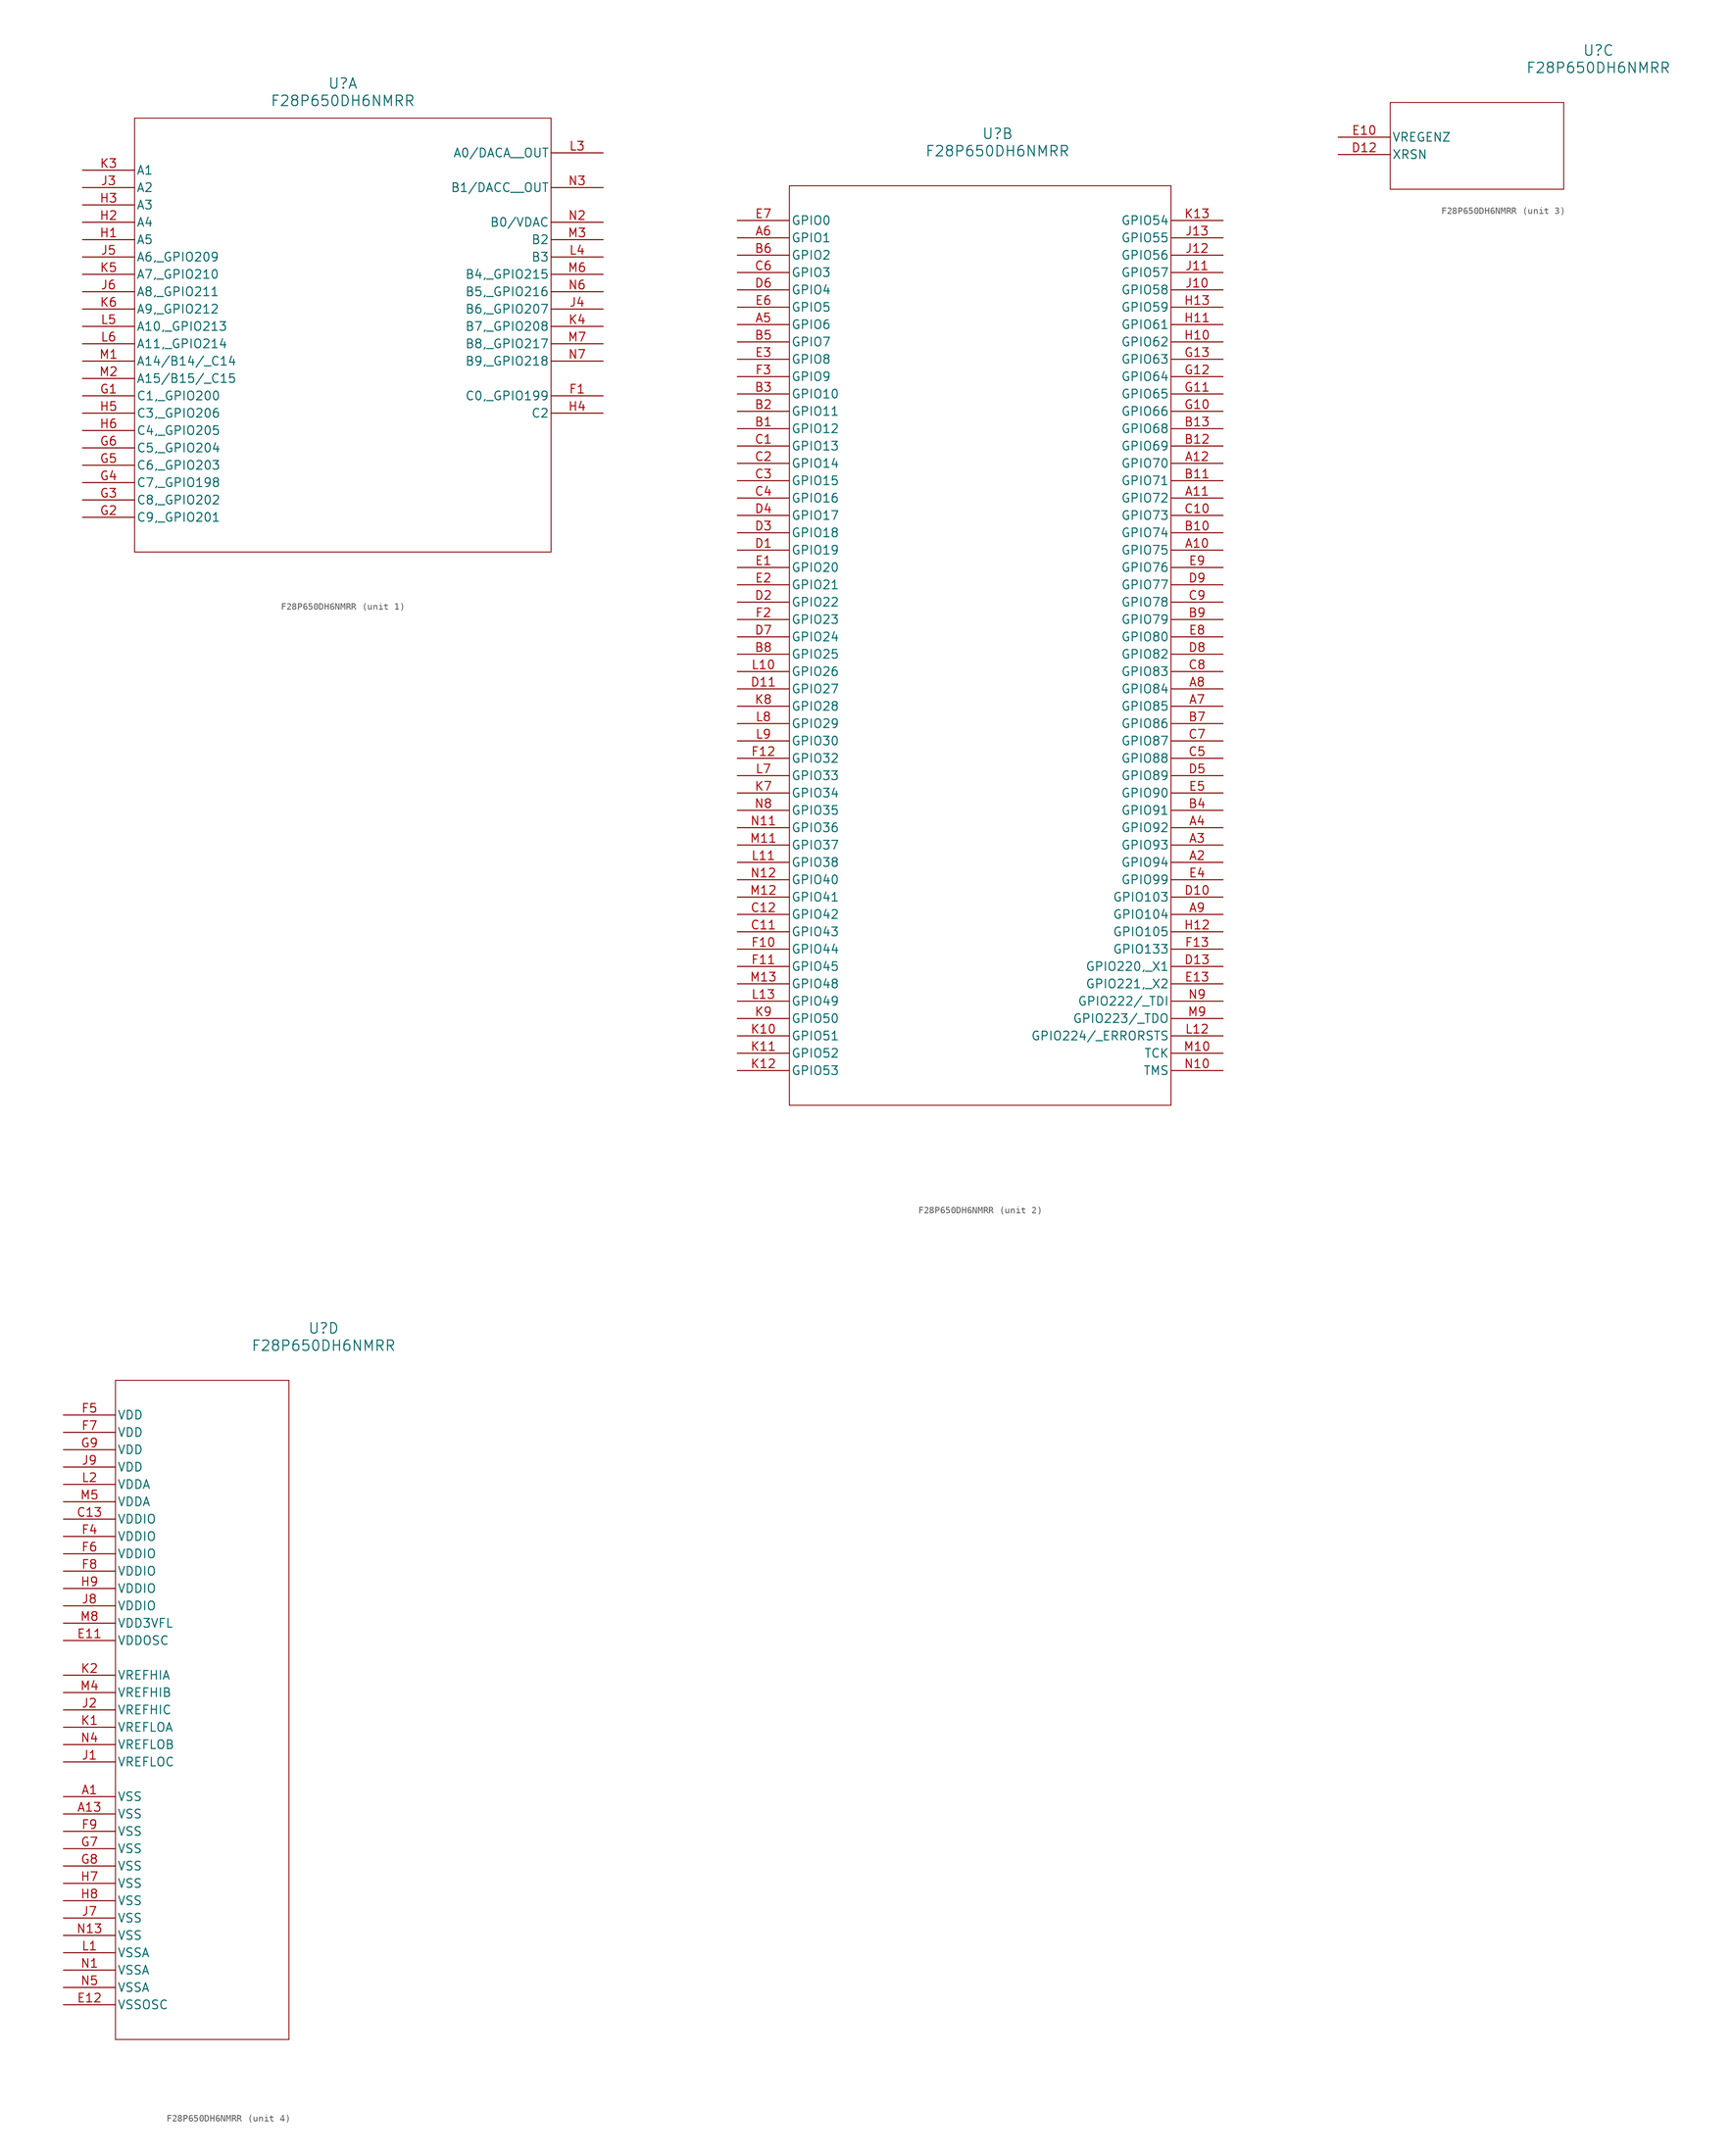
<source format=kicad_sym>
(kicad_symbol_lib
  (version 20241209)
  (generator "kicad_symbol_editor")
  (generator_version "9.0")
  (symbol "F28P650DH6NMRR"
    (pin_names
      (offset 0.254))
    (property "Reference" "U"
      (at 38.1 12.7 0)
      (effects (font (size 1.524 1.524))))
    (property "Value" "F28P650DH6NMRR"
      (at 38.1 10.16 0)
      (effects (font (size 1.524 1.524))))
    (property "ki_locked" ""
      (at 0 0 0)
      (effects (font (size 1.27 1.27))))
    (symbol "F28P650DH6NMRR_1_1"
      (polyline (pts (xy 7.62 7.62) (xy 7.62 -55.88)) (stroke (width 0.127) (type default)) (fill (type none)))
      (polyline (pts (xy 7.62 -55.88) (xy 68.58 -55.88)) (stroke (width 0.127) (type default)) (fill (type none)))
      (polyline (pts (xy 68.58 7.62) (xy 7.62 7.62)) (stroke (width 0.127) (type default)) (fill (type none)))
      (polyline (pts (xy 68.58 -55.88) (xy 68.58 7.62)) (stroke (width 0.127) (type default)) (fill (type none)))
      (pin bidirectional line (at 0 0 0) (length 7.62) (name "A1" (effects (font (size 1.27 1.27)))) (number "K3" (effects (font (size 1.27 1.27)))))
      (pin bidirectional line (at 0 -2.54 0) (length 7.62) (name "A2" (effects (font (size 1.27 1.27)))) (number "J3" (effects (font (size 1.27 1.27)))))
      (pin bidirectional line (at 0 -5.08 0) (length 7.62) (name "A3" (effects (font (size 1.27 1.27)))) (number "H3" (effects (font (size 1.27 1.27)))))
      (pin bidirectional line (at 0 -7.62 0) (length 7.62) (name "A4" (effects (font (size 1.27 1.27)))) (number "H2" (effects (font (size 1.27 1.27)))))
      (pin bidirectional line (at 0 -10.16 0) (length 7.62) (name "A5" (effects (font (size 1.27 1.27)))) (number "H1" (effects (font (size 1.27 1.27)))))
      (pin bidirectional line (at 0 -12.7 0) (length 7.62) (name "A6,_GPIO209" (effects (font (size 1.27 1.27)))) (number "J5" (effects (font (size 1.27 1.27)))))
      (pin bidirectional line (at 0 -15.24 0) (length 7.62) (name "A7,_GPIO210" (effects (font (size 1.27 1.27)))) (number "K5" (effects (font (size 1.27 1.27)))))
      (pin bidirectional line (at 0 -17.78 0) (length 7.62) (name "A8,_GPIO211" (effects (font (size 1.27 1.27)))) (number "J6" (effects (font (size 1.27 1.27)))))
      (pin bidirectional line (at 0 -20.32 0) (length 7.62) (name "A9,_GPIO212" (effects (font (size 1.27 1.27)))) (number "K6" (effects (font (size 1.27 1.27)))))
      (pin bidirectional line (at 0 -22.86 0) (length 7.62) (name "A10,_GPIO213" (effects (font (size 1.27 1.27)))) (number "L5" (effects (font (size 1.27 1.27)))))
      (pin bidirectional line (at 0 -25.4 0) (length 7.62) (name "A11,_GPIO214" (effects (font (size 1.27 1.27)))) (number "L6" (effects (font (size 1.27 1.27)))))
      (pin bidirectional line (at 0 -27.94 0) (length 7.62) (name "A14/B14/_C14" (effects (font (size 1.27 1.27)))) (number "M1" (effects (font (size 1.27 1.27)))))
      (pin bidirectional line (at 0 -30.48 0) (length 7.62) (name "A15/B15/_C15" (effects (font (size 1.27 1.27)))) (number "M2" (effects (font (size 1.27 1.27)))))
      (pin bidirectional line (at 0 -33.02 0) (length 7.62) (name "C1,_GPIO200" (effects (font (size 1.27 1.27)))) (number "G1" (effects (font (size 1.27 1.27)))))
      (pin bidirectional line (at 0 -35.56 0) (length 7.62) (name "C3,_GPIO206" (effects (font (size 1.27 1.27)))) (number "H5" (effects (font (size 1.27 1.27)))))
      (pin bidirectional line (at 0 -38.1 0) (length 7.62) (name "C4,_GPIO205" (effects (font (size 1.27 1.27)))) (number "H6" (effects (font (size 1.27 1.27)))))
      (pin bidirectional line (at 0 -40.64 0) (length 7.62) (name "C5,_GPIO204" (effects (font (size 1.27 1.27)))) (number "G6" (effects (font (size 1.27 1.27)))))
      (pin bidirectional line (at 0 -43.18 0) (length 7.62) (name "C6,_GPIO203" (effects (font (size 1.27 1.27)))) (number "G5" (effects (font (size 1.27 1.27)))))
      (pin bidirectional line (at 0 -45.72 0) (length 7.62) (name "C7,_GPIO198" (effects (font (size 1.27 1.27)))) (number "G4" (effects (font (size 1.27 1.27)))))
      (pin bidirectional line (at 0 -48.26 0) (length 7.62) (name "C8,_GPIO202" (effects (font (size 1.27 1.27)))) (number "G3" (effects (font (size 1.27 1.27)))))
      (pin bidirectional line (at 0 -50.8 0) (length 7.62) (name "C9,_GPIO201" (effects (font (size 1.27 1.27)))) (number "G2" (effects (font (size 1.27 1.27)))))
      (pin output line (at 76.2 2.54 180) (length 7.62) (name "A0/DACA__OUT" (effects (font (size 1.27 1.27)))) (number "L3" (effects (font (size 1.27 1.27)))))
      (pin output line (at 76.2 -2.54 180) (length 7.62) (name "B1/DACC__OUT" (effects (font (size 1.27 1.27)))) (number "N3" (effects (font (size 1.27 1.27)))))
      (pin bidirectional line (at 76.2 -7.62 180) (length 7.62) (name "B0/VDAC" (effects (font (size 1.27 1.27)))) (number "N2" (effects (font (size 1.27 1.27)))))
      (pin bidirectional line (at 76.2 -10.16 180) (length 7.62) (name "B2" (effects (font (size 1.27 1.27)))) (number "M3" (effects (font (size 1.27 1.27)))))
      (pin bidirectional line (at 76.2 -12.7 180) (length 7.62) (name "B3" (effects (font (size 1.27 1.27)))) (number "L4" (effects (font (size 1.27 1.27)))))
      (pin bidirectional line (at 76.2 -15.24 180) (length 7.62) (name "B4,_GPIO215" (effects (font (size 1.27 1.27)))) (number "M6" (effects (font (size 1.27 1.27)))))
      (pin bidirectional line (at 76.2 -17.78 180) (length 7.62) (name "B5,_GPIO216" (effects (font (size 1.27 1.27)))) (number "N6" (effects (font (size 1.27 1.27)))))
      (pin bidirectional line (at 76.2 -20.32 180) (length 7.62) (name "B6,_GPIO207" (effects (font (size 1.27 1.27)))) (number "J4" (effects (font (size 1.27 1.27)))))
      (pin bidirectional line (at 76.2 -22.86 180) (length 7.62) (name "B7,_GPIO208" (effects (font (size 1.27 1.27)))) (number "K4" (effects (font (size 1.27 1.27)))))
      (pin bidirectional line (at 76.2 -25.4 180) (length 7.62) (name "B8,_GPIO217" (effects (font (size 1.27 1.27)))) (number "M7" (effects (font (size 1.27 1.27)))))
      (pin bidirectional line (at 76.2 -27.94 180) (length 7.62) (name "B9,_GPIO218" (effects (font (size 1.27 1.27)))) (number "N7" (effects (font (size 1.27 1.27)))))
      (pin bidirectional line (at 76.2 -33.02 180) (length 7.62) (name "C0,_GPIO199" (effects (font (size 1.27 1.27)))) (number "F1" (effects (font (size 1.27 1.27)))))
      (pin bidirectional line (at 76.2 -35.56 180) (length 7.62) (name "C2" (effects (font (size 1.27 1.27)))) (number "H4" (effects (font (size 1.27 1.27))))))
    (symbol "F28P650DH6NMRR_2_1"
      (polyline (pts (xy 7.62 5.08) (xy 7.62 -129.54)) (stroke (width 0.127) (type default)) (fill (type none)))
      (polyline (pts (xy 7.62 -129.54) (xy 63.5 -129.54)) (stroke (width 0.127) (type default)) (fill (type none)))
      (polyline (pts (xy 63.5 5.08) (xy 7.62 5.08)) (stroke (width 0.127) (type default)) (fill (type none)))
      (polyline (pts (xy 63.5 -129.54) (xy 63.5 5.08)) (stroke (width 0.127) (type default)) (fill (type none)))
      (pin bidirectional line (at 0 0 0) (length 7.62) (name "GPIO0" (effects (font (size 1.27 1.27)))) (number "E7" (effects (font (size 1.27 1.27)))))
      (pin bidirectional line (at 0 -2.54 0) (length 7.62) (name "GPIO1" (effects (font (size 1.27 1.27)))) (number "A6" (effects (font (size 1.27 1.27)))))
      (pin bidirectional line (at 0 -5.08 0) (length 7.62) (name "GPIO2" (effects (font (size 1.27 1.27)))) (number "B6" (effects (font (size 1.27 1.27)))))
      (pin bidirectional line (at 0 -7.62 0) (length 7.62) (name "GPIO3" (effects (font (size 1.27 1.27)))) (number "C6" (effects (font (size 1.27 1.27)))))
      (pin bidirectional line (at 0 -10.16 0) (length 7.62) (name "GPIO4" (effects (font (size 1.27 1.27)))) (number "D6" (effects (font (size 1.27 1.27)))))
      (pin bidirectional line (at 0 -12.7 0) (length 7.62) (name "GPIO5" (effects (font (size 1.27 1.27)))) (number "E6" (effects (font (size 1.27 1.27)))))
      (pin bidirectional line (at 0 -15.24 0) (length 7.62) (name "GPIO6" (effects (font (size 1.27 1.27)))) (number "A5" (effects (font (size 1.27 1.27)))))
      (pin bidirectional line (at 0 -17.78 0) (length 7.62) (name "GPIO7" (effects (font (size 1.27 1.27)))) (number "B5" (effects (font (size 1.27 1.27)))))
      (pin bidirectional line (at 0 -20.32 0) (length 7.62) (name "GPIO8" (effects (font (size 1.27 1.27)))) (number "E3" (effects (font (size 1.27 1.27)))))
      (pin bidirectional line (at 0 -22.86 0) (length 7.62) (name "GPIO9" (effects (font (size 1.27 1.27)))) (number "F3" (effects (font (size 1.27 1.27)))))
      (pin bidirectional line (at 0 -25.4 0) (length 7.62) (name "GPIO10" (effects (font (size 1.27 1.27)))) (number "B3" (effects (font (size 1.27 1.27)))))
      (pin bidirectional line (at 0 -27.94 0) (length 7.62) (name "GPIO11" (effects (font (size 1.27 1.27)))) (number "B2" (effects (font (size 1.27 1.27)))))
      (pin bidirectional line (at 0 -30.48 0) (length 7.62) (name "GPIO12" (effects (font (size 1.27 1.27)))) (number "B1" (effects (font (size 1.27 1.27)))))
      (pin bidirectional line (at 0 -33.02 0) (length 7.62) (name "GPIO13" (effects (font (size 1.27 1.27)))) (number "C1" (effects (font (size 1.27 1.27)))))
      (pin bidirectional line (at 0 -35.56 0) (length 7.62) (name "GPIO14" (effects (font (size 1.27 1.27)))) (number "C2" (effects (font (size 1.27 1.27)))))
      (pin bidirectional line (at 0 -38.1 0) (length 7.62) (name "GPIO15" (effects (font (size 1.27 1.27)))) (number "C3" (effects (font (size 1.27 1.27)))))
      (pin bidirectional line (at 0 -40.64 0) (length 7.62) (name "GPIO16" (effects (font (size 1.27 1.27)))) (number "C4" (effects (font (size 1.27 1.27)))))
      (pin bidirectional line (at 0 -43.18 0) (length 7.62) (name "GPIO17" (effects (font (size 1.27 1.27)))) (number "D4" (effects (font (size 1.27 1.27)))))
      (pin bidirectional line (at 0 -45.72 0) (length 7.62) (name "GPIO18" (effects (font (size 1.27 1.27)))) (number "D3" (effects (font (size 1.27 1.27)))))
      (pin bidirectional line (at 0 -48.26 0) (length 7.62) (name "GPIO19" (effects (font (size 1.27 1.27)))) (number "D1" (effects (font (size 1.27 1.27)))))
      (pin bidirectional line (at 0 -50.8 0) (length 7.62) (name "GPIO20" (effects (font (size 1.27 1.27)))) (number "E1" (effects (font (size 1.27 1.27)))))
      (pin bidirectional line (at 0 -53.34 0) (length 7.62) (name "GPIO21" (effects (font (size 1.27 1.27)))) (number "E2" (effects (font (size 1.27 1.27)))))
      (pin bidirectional line (at 0 -55.88 0) (length 7.62) (name "GPIO22" (effects (font (size 1.27 1.27)))) (number "D2" (effects (font (size 1.27 1.27)))))
      (pin bidirectional line (at 0 -58.42 0) (length 7.62) (name "GPIO23" (effects (font (size 1.27 1.27)))) (number "F2" (effects (font (size 1.27 1.27)))))
      (pin bidirectional line (at 0 -60.96 0) (length 7.62) (name "GPIO24" (effects (font (size 1.27 1.27)))) (number "D7" (effects (font (size 1.27 1.27)))))
      (pin bidirectional line (at 0 -63.5 0) (length 7.62) (name "GPIO25" (effects (font (size 1.27 1.27)))) (number "B8" (effects (font (size 1.27 1.27)))))
      (pin bidirectional line (at 0 -66.04 0) (length 7.62) (name "GPIO26" (effects (font (size 1.27 1.27)))) (number "L10" (effects (font (size 1.27 1.27)))))
      (pin bidirectional line (at 0 -68.58 0) (length 7.62) (name "GPIO27" (effects (font (size 1.27 1.27)))) (number "D11" (effects (font (size 1.27 1.27)))))
      (pin bidirectional line (at 0 -71.12 0) (length 7.62) (name "GPIO28" (effects (font (size 1.27 1.27)))) (number "K8" (effects (font (size 1.27 1.27)))))
      (pin bidirectional line (at 0 -73.66 0) (length 7.62) (name "GPIO29" (effects (font (size 1.27 1.27)))) (number "L8" (effects (font (size 1.27 1.27)))))
      (pin bidirectional line (at 0 -76.2 0) (length 7.62) (name "GPIO30" (effects (font (size 1.27 1.27)))) (number "L9" (effects (font (size 1.27 1.27)))))
      (pin bidirectional line (at 0 -78.74 0) (length 7.62) (name "GPIO32" (effects (font (size 1.27 1.27)))) (number "F12" (effects (font (size 1.27 1.27)))))
      (pin bidirectional line (at 0 -81.28 0) (length 7.62) (name "GPIO33" (effects (font (size 1.27 1.27)))) (number "L7" (effects (font (size 1.27 1.27)))))
      (pin bidirectional line (at 0 -83.82 0) (length 7.62) (name "GPIO34" (effects (font (size 1.27 1.27)))) (number "K7" (effects (font (size 1.27 1.27)))))
      (pin bidirectional line (at 0 -86.36 0) (length 7.62) (name "GPIO35" (effects (font (size 1.27 1.27)))) (number "N8" (effects (font (size 1.27 1.27)))))
      (pin bidirectional line (at 0 -88.9 0) (length 7.62) (name "GPIO36" (effects (font (size 1.27 1.27)))) (number "N11" (effects (font (size 1.27 1.27)))))
      (pin bidirectional line (at 0 -91.44 0) (length 7.62) (name "GPIO37" (effects (font (size 1.27 1.27)))) (number "M11" (effects (font (size 1.27 1.27)))))
      (pin bidirectional line (at 0 -93.98 0) (length 7.62) (name "GPIO38" (effects (font (size 1.27 1.27)))) (number "L11" (effects (font (size 1.27 1.27)))))
      (pin bidirectional line (at 0 -96.52 0) (length 7.62) (name "GPIO40" (effects (font (size 1.27 1.27)))) (number "N12" (effects (font (size 1.27 1.27)))))
      (pin bidirectional line (at 0 -99.06 0) (length 7.62) (name "GPIO41" (effects (font (size 1.27 1.27)))) (number "M12" (effects (font (size 1.27 1.27)))))
      (pin bidirectional line (at 0 -101.6 0) (length 7.62) (name "GPIO42" (effects (font (size 1.27 1.27)))) (number "C12" (effects (font (size 1.27 1.27)))))
      (pin bidirectional line (at 0 -104.14 0) (length 7.62) (name "GPIO43" (effects (font (size 1.27 1.27)))) (number "C11" (effects (font (size 1.27 1.27)))))
      (pin bidirectional line (at 0 -106.68 0) (length 7.62) (name "GPIO44" (effects (font (size 1.27 1.27)))) (number "F10" (effects (font (size 1.27 1.27)))))
      (pin bidirectional line (at 0 -109.22 0) (length 7.62) (name "GPIO45" (effects (font (size 1.27 1.27)))) (number "F11" (effects (font (size 1.27 1.27)))))
      (pin bidirectional line (at 0 -111.76 0) (length 7.62) (name "GPIO48" (effects (font (size 1.27 1.27)))) (number "M13" (effects (font (size 1.27 1.27)))))
      (pin bidirectional line (at 0 -114.3 0) (length 7.62) (name "GPIO49" (effects (font (size 1.27 1.27)))) (number "L13" (effects (font (size 1.27 1.27)))))
      (pin bidirectional line (at 0 -116.84 0) (length 7.62) (name "GPIO50" (effects (font (size 1.27 1.27)))) (number "K9" (effects (font (size 1.27 1.27)))))
      (pin bidirectional line (at 0 -119.38 0) (length 7.62) (name "GPIO51" (effects (font (size 1.27 1.27)))) (number "K10" (effects (font (size 1.27 1.27)))))
      (pin bidirectional line (at 0 -121.92 0) (length 7.62) (name "GPIO52" (effects (font (size 1.27 1.27)))) (number "K11" (effects (font (size 1.27 1.27)))))
      (pin bidirectional line (at 0 -124.46 0) (length 7.62) (name "GPIO53" (effects (font (size 1.27 1.27)))) (number "K12" (effects (font (size 1.27 1.27)))))
      (pin bidirectional line (at 71.12 0 180) (length 7.62) (name "GPIO54" (effects (font (size 1.27 1.27)))) (number "K13" (effects (font (size 1.27 1.27)))))
      (pin bidirectional line (at 71.12 -2.54 180) (length 7.62) (name "GPIO55" (effects (font (size 1.27 1.27)))) (number "J13" (effects (font (size 1.27 1.27)))))
      (pin bidirectional line (at 71.12 -5.08 180) (length 7.62) (name "GPIO56" (effects (font (size 1.27 1.27)))) (number "J12" (effects (font (size 1.27 1.27)))))
      (pin bidirectional line (at 71.12 -7.62 180) (length 7.62) (name "GPIO57" (effects (font (size 1.27 1.27)))) (number "J11" (effects (font (size 1.27 1.27)))))
      (pin bidirectional line (at 71.12 -10.16 180) (length 7.62) (name "GPIO58" (effects (font (size 1.27 1.27)))) (number "J10" (effects (font (size 1.27 1.27)))))
      (pin bidirectional line (at 71.12 -12.7 180) (length 7.62) (name "GPIO59" (effects (font (size 1.27 1.27)))) (number "H13" (effects (font (size 1.27 1.27)))))
      (pin bidirectional line (at 71.12 -15.24 180) (length 7.62) (name "GPIO61" (effects (font (size 1.27 1.27)))) (number "H11" (effects (font (size 1.27 1.27)))))
      (pin bidirectional line (at 71.12 -17.78 180) (length 7.62) (name "GPIO62" (effects (font (size 1.27 1.27)))) (number "H10" (effects (font (size 1.27 1.27)))))
      (pin bidirectional line (at 71.12 -20.32 180) (length 7.62) (name "GPIO63" (effects (font (size 1.27 1.27)))) (number "G13" (effects (font (size 1.27 1.27)))))
      (pin bidirectional line (at 71.12 -22.86 180) (length 7.62) (name "GPIO64" (effects (font (size 1.27 1.27)))) (number "G12" (effects (font (size 1.27 1.27)))))
      (pin bidirectional line (at 71.12 -25.4 180) (length 7.62) (name "GPIO65" (effects (font (size 1.27 1.27)))) (number "G11" (effects (font (size 1.27 1.27)))))
      (pin bidirectional line (at 71.12 -27.94 180) (length 7.62) (name "GPIO66" (effects (font (size 1.27 1.27)))) (number "G10" (effects (font (size 1.27 1.27)))))
      (pin bidirectional line (at 71.12 -30.48 180) (length 7.62) (name "GPIO68" (effects (font (size 1.27 1.27)))) (number "B13" (effects (font (size 1.27 1.27)))))
      (pin bidirectional line (at 71.12 -33.02 180) (length 7.62) (name "GPIO69" (effects (font (size 1.27 1.27)))) (number "B12" (effects (font (size 1.27 1.27)))))
      (pin bidirectional line (at 71.12 -35.56 180) (length 7.62) (name "GPIO70" (effects (font (size 1.27 1.27)))) (number "A12" (effects (font (size 1.27 1.27)))))
      (pin bidirectional line (at 71.12 -38.1 180) (length 7.62) (name "GPIO71" (effects (font (size 1.27 1.27)))) (number "B11" (effects (font (size 1.27 1.27)))))
      (pin bidirectional line (at 71.12 -40.64 180) (length 7.62) (name "GPIO72" (effects (font (size 1.27 1.27)))) (number "A11" (effects (font (size 1.27 1.27)))))
      (pin bidirectional line (at 71.12 -43.18 180) (length 7.62) (name "GPIO73" (effects (font (size 1.27 1.27)))) (number "C10" (effects (font (size 1.27 1.27)))))
      (pin bidirectional line (at 71.12 -45.72 180) (length 7.62) (name "GPIO74" (effects (font (size 1.27 1.27)))) (number "B10" (effects (font (size 1.27 1.27)))))
      (pin bidirectional line (at 71.12 -48.26 180) (length 7.62) (name "GPIO75" (effects (font (size 1.27 1.27)))) (number "A10" (effects (font (size 1.27 1.27)))))
      (pin bidirectional line (at 71.12 -50.8 180) (length 7.62) (name "GPIO76" (effects (font (size 1.27 1.27)))) (number "E9" (effects (font (size 1.27 1.27)))))
      (pin bidirectional line (at 71.12 -53.34 180) (length 7.62) (name "GPIO77" (effects (font (size 1.27 1.27)))) (number "D9" (effects (font (size 1.27 1.27)))))
      (pin bidirectional line (at 71.12 -55.88 180) (length 7.62) (name "GPIO78" (effects (font (size 1.27 1.27)))) (number "C9" (effects (font (size 1.27 1.27)))))
      (pin bidirectional line (at 71.12 -58.42 180) (length 7.62) (name "GPIO79" (effects (font (size 1.27 1.27)))) (number "B9" (effects (font (size 1.27 1.27)))))
      (pin bidirectional line (at 71.12 -60.96 180) (length 7.62) (name "GPIO80" (effects (font (size 1.27 1.27)))) (number "E8" (effects (font (size 1.27 1.27)))))
      (pin bidirectional line (at 71.12 -63.5 180) (length 7.62) (name "GPIO82" (effects (font (size 1.27 1.27)))) (number "D8" (effects (font (size 1.27 1.27)))))
      (pin bidirectional line (at 71.12 -66.04 180) (length 7.62) (name "GPIO83" (effects (font (size 1.27 1.27)))) (number "C8" (effects (font (size 1.27 1.27)))))
      (pin bidirectional line (at 71.12 -68.58 180) (length 7.62) (name "GPIO84" (effects (font (size 1.27 1.27)))) (number "A8" (effects (font (size 1.27 1.27)))))
      (pin bidirectional line (at 71.12 -71.12 180) (length 7.62) (name "GPIO85" (effects (font (size 1.27 1.27)))) (number "A7" (effects (font (size 1.27 1.27)))))
      (pin bidirectional line (at 71.12 -73.66 180) (length 7.62) (name "GPIO86" (effects (font (size 1.27 1.27)))) (number "B7" (effects (font (size 1.27 1.27)))))
      (pin bidirectional line (at 71.12 -76.2 180) (length 7.62) (name "GPIO87" (effects (font (size 1.27 1.27)))) (number "C7" (effects (font (size 1.27 1.27)))))
      (pin bidirectional line (at 71.12 -78.74 180) (length 7.62) (name "GPIO88" (effects (font (size 1.27 1.27)))) (number "C5" (effects (font (size 1.27 1.27)))))
      (pin bidirectional line (at 71.12 -81.28 180) (length 7.62) (name "GPIO89" (effects (font (size 1.27 1.27)))) (number "D5" (effects (font (size 1.27 1.27)))))
      (pin bidirectional line (at 71.12 -83.82 180) (length 7.62) (name "GPIO90" (effects (font (size 1.27 1.27)))) (number "E5" (effects (font (size 1.27 1.27)))))
      (pin bidirectional line (at 71.12 -86.36 180) (length 7.62) (name "GPIO91" (effects (font (size 1.27 1.27)))) (number "B4" (effects (font (size 1.27 1.27)))))
      (pin bidirectional line (at 71.12 -88.9 180) (length 7.62) (name "GPIO92" (effects (font (size 1.27 1.27)))) (number "A4" (effects (font (size 1.27 1.27)))))
      (pin bidirectional line (at 71.12 -91.44 180) (length 7.62) (name "GPIO93" (effects (font (size 1.27 1.27)))) (number "A3" (effects (font (size 1.27 1.27)))))
      (pin bidirectional line (at 71.12 -93.98 180) (length 7.62) (name "GPIO94" (effects (font (size 1.27 1.27)))) (number "A2" (effects (font (size 1.27 1.27)))))
      (pin bidirectional line (at 71.12 -96.52 180) (length 7.62) (name "GPIO99" (effects (font (size 1.27 1.27)))) (number "E4" (effects (font (size 1.27 1.27)))))
      (pin bidirectional line (at 71.12 -99.06 180) (length 7.62) (name "GPIO103" (effects (font (size 1.27 1.27)))) (number "D10" (effects (font (size 1.27 1.27)))))
      (pin bidirectional line (at 71.12 -101.6 180) (length 7.62) (name "GPIO104" (effects (font (size 1.27 1.27)))) (number "A9" (effects (font (size 1.27 1.27)))))
      (pin bidirectional line (at 71.12 -104.14 180) (length 7.62) (name "GPIO105" (effects (font (size 1.27 1.27)))) (number "H12" (effects (font (size 1.27 1.27)))))
      (pin bidirectional line (at 71.12 -106.68 180) (length 7.62) (name "GPIO133" (effects (font (size 1.27 1.27)))) (number "F13" (effects (font (size 1.27 1.27)))))
      (pin bidirectional line (at 71.12 -109.22 180) (length 7.62) (name "GPIO220,_X1" (effects (font (size 1.27 1.27)))) (number "D13" (effects (font (size 1.27 1.27)))))
      (pin bidirectional line (at 71.12 -111.76 180) (length 7.62) (name "GPIO221,_X2" (effects (font (size 1.27 1.27)))) (number "E13" (effects (font (size 1.27 1.27)))))
      (pin bidirectional line (at 71.12 -114.3 180) (length 7.62) (name "GPIO222/_TDI" (effects (font (size 1.27 1.27)))) (number "N9" (effects (font (size 1.27 1.27)))))
      (pin bidirectional line (at 71.12 -116.84 180) (length 7.62) (name "GPIO223/_TDO" (effects (font (size 1.27 1.27)))) (number "M9" (effects (font (size 1.27 1.27)))))
      (pin bidirectional line (at 71.12 -119.38 180) (length 7.62) (name "GPIO224/_ERRORSTS" (effects (font (size 1.27 1.27)))) (number "L12" (effects (font (size 1.27 1.27)))))
      (pin unspecified line (at 71.12 -121.92 180) (length 7.62) (name "TCK" (effects (font (size 1.27 1.27)))) (number "M10" (effects (font (size 1.27 1.27)))))
      (pin unspecified line (at 71.12 -124.46 180) (length 7.62) (name "TMS" (effects (font (size 1.27 1.27)))) (number "N10" (effects (font (size 1.27 1.27))))))
    (symbol "F28P650DH6NMRR_3_1"
      (polyline (pts (xy 7.62 5.08) (xy 7.62 -7.62)) (stroke (width 0.127) (type default)) (fill (type none)))
      (polyline (pts (xy 7.62 -7.62) (xy 33.02 -7.62)) (stroke (width 0.127) (type default)) (fill (type none)))
      (polyline (pts (xy 33.02 5.08) (xy 7.62 5.08)) (stroke (width 0.127) (type default)) (fill (type none)))
      (polyline (pts (xy 33.02 -7.62) (xy 33.02 5.08)) (stroke (width 0.127) (type default)) (fill (type none)))
      (pin unspecified line (at 0 0 0) (length 7.62) (name "VREGENZ" (effects (font (size 1.27 1.27)))) (number "E10" (effects (font (size 1.27 1.27)))))
      (pin unspecified line (at 0 -2.54 0) (length 7.62) (name "XRSN" (effects (font (size 1.27 1.27)))) (number "D12" (effects (font (size 1.27 1.27))))))
    (symbol "F28P650DH6NMRR_4_1"
      (polyline (pts (xy 7.62 5.08) (xy 7.62 -91.44)) (stroke (width 0.127) (type default)) (fill (type none)))
      (polyline (pts (xy 7.62 -91.44) (xy 33.02 -91.44)) (stroke (width 0.127) (type default)) (fill (type none)))
      (polyline (pts (xy 33.02 5.08) (xy 7.62 5.08)) (stroke (width 0.127) (type default)) (fill (type none)))
      (polyline (pts (xy 33.02 -91.44) (xy 33.02 5.08)) (stroke (width 0.127) (type default)) (fill (type none)))
      (pin power_in line (at 0 0 0) (length 7.62) (name "VDD" (effects (font (size 1.27 1.27)))) (number "F5" (effects (font (size 1.27 1.27)))))
      (pin power_in line (at 0 -2.54 0) (length 7.62) (name "VDD" (effects (font (size 1.27 1.27)))) (number "F7" (effects (font (size 1.27 1.27)))))
      (pin power_in line (at 0 -5.08 0) (length 7.62) (name "VDD" (effects (font (size 1.27 1.27)))) (number "G9" (effects (font (size 1.27 1.27)))))
      (pin power_in line (at 0 -7.62 0) (length 7.62) (name "VDD" (effects (font (size 1.27 1.27)))) (number "J9" (effects (font (size 1.27 1.27)))))
      (pin power_in line (at 0 -10.16 0) (length 7.62) (name "VDDA" (effects (font (size 1.27 1.27)))) (number "L2" (effects (font (size 1.27 1.27)))))
      (pin power_in line (at 0 -12.7 0) (length 7.62) (name "VDDA" (effects (font (size 1.27 1.27)))) (number "M5" (effects (font (size 1.27 1.27)))))
      (pin power_in line (at 0 -15.24 0) (length 7.62) (name "VDDIO" (effects (font (size 1.27 1.27)))) (number "C13" (effects (font (size 1.27 1.27)))))
      (pin power_in line (at 0 -17.78 0) (length 7.62) (name "VDDIO" (effects (font (size 1.27 1.27)))) (number "F4" (effects (font (size 1.27 1.27)))))
      (pin power_in line (at 0 -20.32 0) (length 7.62) (name "VDDIO" (effects (font (size 1.27 1.27)))) (number "F6" (effects (font (size 1.27 1.27)))))
      (pin power_in line (at 0 -22.86 0) (length 7.62) (name "VDDIO" (effects (font (size 1.27 1.27)))) (number "F8" (effects (font (size 1.27 1.27)))))
      (pin power_in line (at 0 -25.4 0) (length 7.62) (name "VDDIO" (effects (font (size 1.27 1.27)))) (number "H9" (effects (font (size 1.27 1.27)))))
      (pin power_in line (at 0 -27.94 0) (length 7.62) (name "VDDIO" (effects (font (size 1.27 1.27)))) (number "J8" (effects (font (size 1.27 1.27)))))
      (pin power_in line (at 0 -30.48 0) (length 7.62) (name "VDD3VFL" (effects (font (size 1.27 1.27)))) (number "M8" (effects (font (size 1.27 1.27)))))
      (pin power_in line (at 0 -33.02 0) (length 7.62) (name "VDDOSC" (effects (font (size 1.27 1.27)))) (number "E11" (effects (font (size 1.27 1.27)))))
      (pin power_in line (at 0 -38.1 0) (length 7.62) (name "VREFHIA" (effects (font (size 1.27 1.27)))) (number "K2" (effects (font (size 1.27 1.27)))))
      (pin power_in line (at 0 -40.64 0) (length 7.62) (name "VREFHIB" (effects (font (size 1.27 1.27)))) (number "M4" (effects (font (size 1.27 1.27)))))
      (pin power_in line (at 0 -43.18 0) (length 7.62) (name "VREFHIC" (effects (font (size 1.27 1.27)))) (number "J2" (effects (font (size 1.27 1.27)))))
      (pin power_in line (at 0 -45.72 0) (length 7.62) (name "VREFLOA" (effects (font (size 1.27 1.27)))) (number "K1" (effects (font (size 1.27 1.27)))))
      (pin power_in line (at 0 -48.26 0) (length 7.62) (name "VREFLOB" (effects (font (size 1.27 1.27)))) (number "N4" (effects (font (size 1.27 1.27)))))
      (pin power_in line (at 0 -50.8 0) (length 7.62) (name "VREFLOC" (effects (font (size 1.27 1.27)))) (number "J1" (effects (font (size 1.27 1.27)))))
      (pin power_out line (at 0 -55.88 0) (length 7.62) (name "VSS" (effects (font (size 1.27 1.27)))) (number "A1" (effects (font (size 1.27 1.27)))))
      (pin power_out line (at 0 -58.42 0) (length 7.62) (name "VSS" (effects (font (size 1.27 1.27)))) (number "A13" (effects (font (size 1.27 1.27)))))
      (pin power_out line (at 0 -60.96 0) (length 7.62) (name "VSS" (effects (font (size 1.27 1.27)))) (number "F9" (effects (font (size 1.27 1.27)))))
      (pin power_out line (at 0 -63.5 0) (length 7.62) (name "VSS" (effects (font (size 1.27 1.27)))) (number "G7" (effects (font (size 1.27 1.27)))))
      (pin power_out line (at 0 -66.04 0) (length 7.62) (name "VSS" (effects (font (size 1.27 1.27)))) (number "G8" (effects (font (size 1.27 1.27)))))
      (pin power_out line (at 0 -68.58 0) (length 7.62) (name "VSS" (effects (font (size 1.27 1.27)))) (number "H7" (effects (font (size 1.27 1.27)))))
      (pin power_out line (at 0 -71.12 0) (length 7.62) (name "VSS" (effects (font (size 1.27 1.27)))) (number "H8" (effects (font (size 1.27 1.27)))))
      (pin power_out line (at 0 -73.66 0) (length 7.62) (name "VSS" (effects (font (size 1.27 1.27)))) (number "J7" (effects (font (size 1.27 1.27)))))
      (pin power_out line (at 0 -76.2 0) (length 7.62) (name "VSS" (effects (font (size 1.27 1.27)))) (number "N13" (effects (font (size 1.27 1.27)))))
      (pin power_out line (at 0 -78.74 0) (length 7.62) (name "VSSA" (effects (font (size 1.27 1.27)))) (number "L1" (effects (font (size 1.27 1.27)))))
      (pin power_out line (at 0 -81.28 0) (length 7.62) (name "VSSA" (effects (font (size 1.27 1.27)))) (number "N1" (effects (font (size 1.27 1.27)))))
      (pin power_out line (at 0 -83.82 0) (length 7.62) (name "VSSA" (effects (font (size 1.27 1.27)))) (number "N5" (effects (font (size 1.27 1.27)))))
      (pin power_out line (at 0 -86.36 0) (length 7.62) (name "VSSOSC" (effects (font (size 1.27 1.27)))) (number "E12" (effects (font (size 1.27 1.27))))))))
</source>
